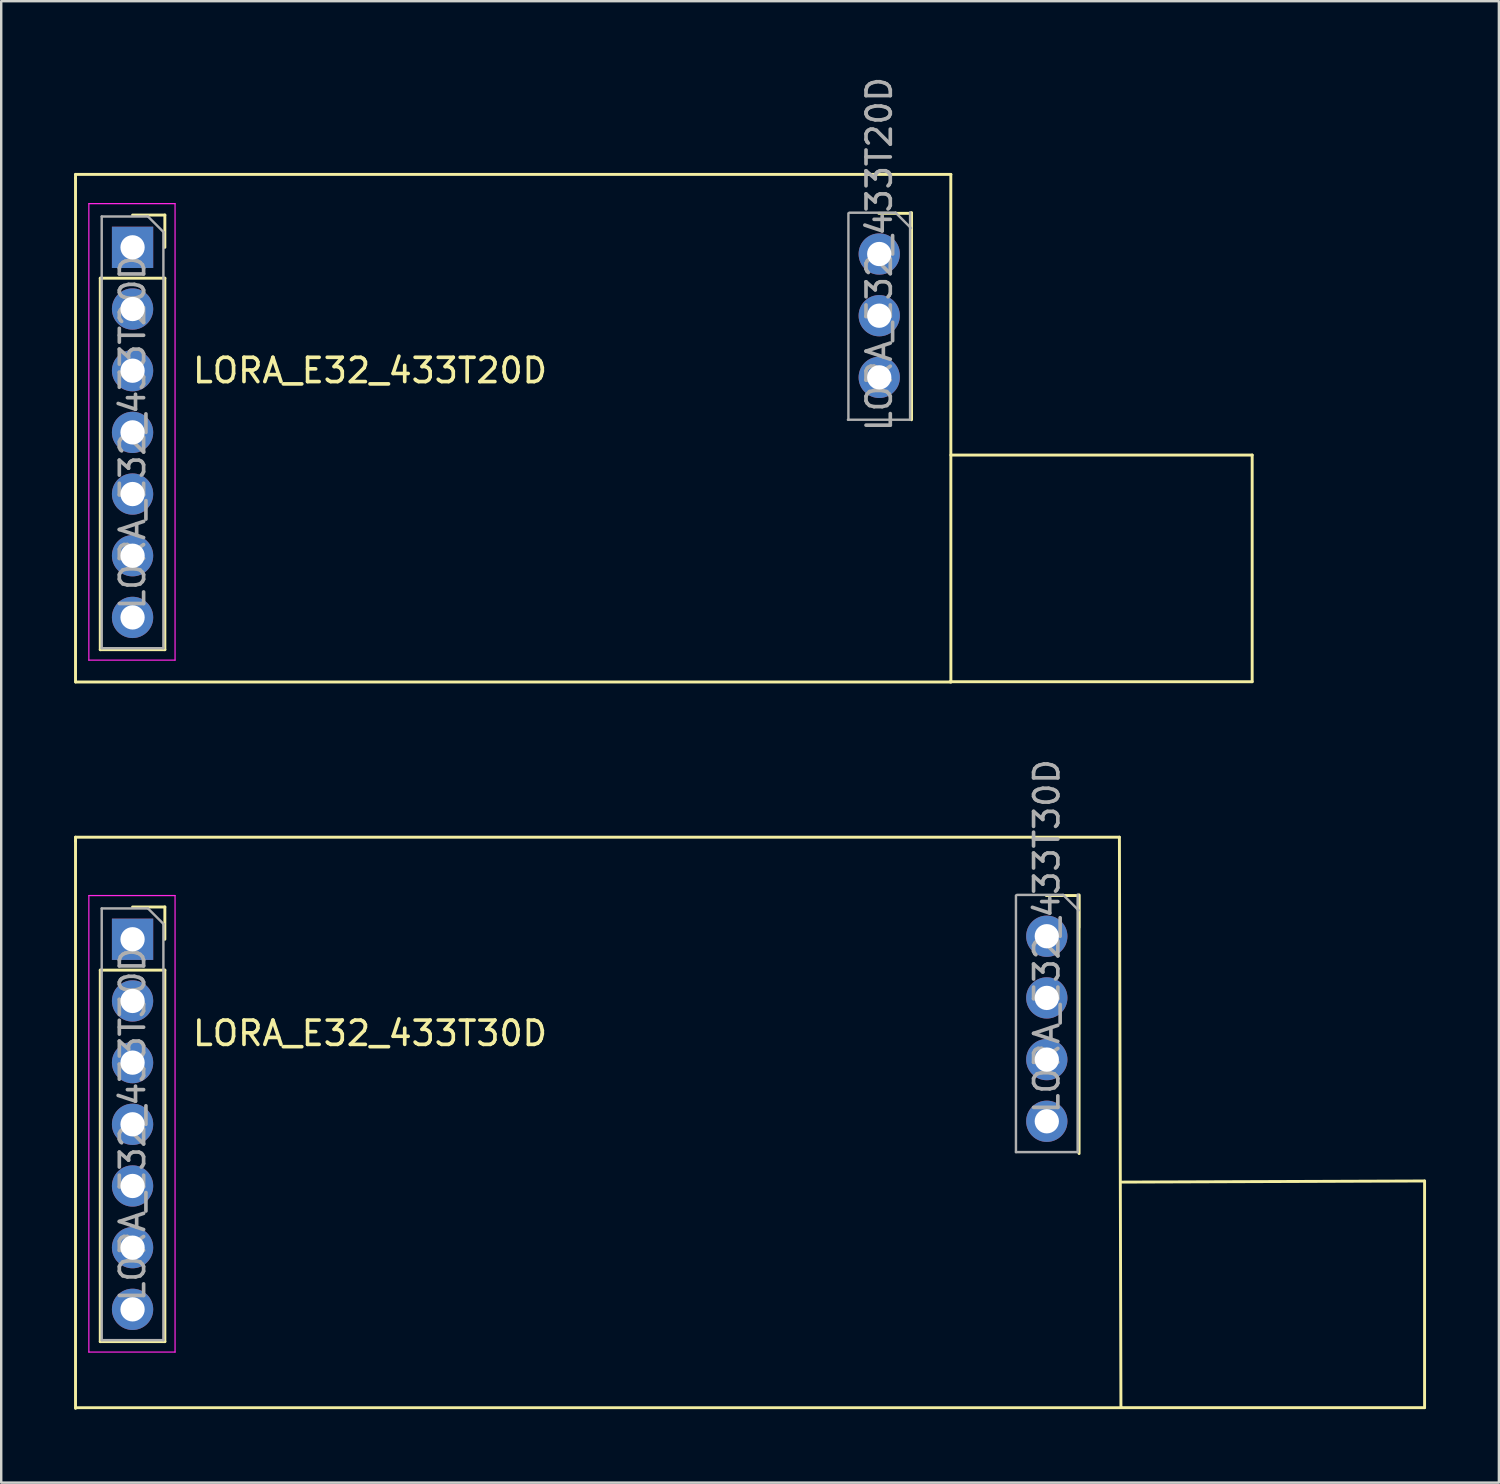
<source format=kicad_pcb>
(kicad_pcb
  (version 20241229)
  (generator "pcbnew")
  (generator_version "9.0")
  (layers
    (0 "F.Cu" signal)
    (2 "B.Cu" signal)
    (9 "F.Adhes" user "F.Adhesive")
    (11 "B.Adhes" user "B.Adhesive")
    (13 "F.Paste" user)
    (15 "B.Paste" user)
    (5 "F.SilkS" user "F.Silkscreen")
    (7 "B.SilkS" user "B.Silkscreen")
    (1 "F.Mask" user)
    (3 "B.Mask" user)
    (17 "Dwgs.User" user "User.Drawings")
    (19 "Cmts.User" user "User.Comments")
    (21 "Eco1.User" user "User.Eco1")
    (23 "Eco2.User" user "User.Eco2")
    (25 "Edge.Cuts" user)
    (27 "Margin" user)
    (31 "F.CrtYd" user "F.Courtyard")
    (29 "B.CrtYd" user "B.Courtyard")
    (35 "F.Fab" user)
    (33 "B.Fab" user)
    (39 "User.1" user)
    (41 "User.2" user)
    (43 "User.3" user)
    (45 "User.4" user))
  (footprint "LORA_E32_433T30D"
    (layer "F.Cu")
    (at 2.409 35.631)
    (property "Reference" "LORA_E32_433T30D" (at 9.779 3.873 0) (layer "F.SilkS") (effects (font (size 1 1) (thickness 0.15))))
    (attr through_hole)
    (fp_line (start -2.349 -4.204) (end -2.349 -4.039) (stroke (width 0.12) (type solid)) (layer "F.SilkS"))
    (fp_line (start -2.349 19.317) (end -2.349 -4.051) (stroke (width 0.12) (type solid)) (layer "F.SilkS"))
    (fp_line (start -2.337 19.291) (end 40.729 19.291) (stroke (width 0.12) (type solid)) (layer "F.SilkS"))
    (fp_line (start -1.33 1.27) (end -1.33 16.57) (stroke (width 0.12) (type solid)) (layer "F.SilkS"))
    (fp_line (start -1.33 1.27) (end 1.33 1.27) (stroke (width 0.12) (type solid)) (layer "F.SilkS"))
    (fp_line (start -1.33 16.57) (end 1.33 16.57) (stroke (width 0.12) (type solid)) (layer "F.SilkS"))
    (fp_line (start 0 -1.33) (end 1.33 -1.33) (stroke (width 0.12) (type solid)) (layer "F.SilkS"))
    (fp_line (start 1.33 -1.33) (end 1.33 0) (stroke (width 0.12) (type solid)) (layer "F.SilkS"))
    (fp_line (start 1.33 1.27) (end 1.33 16.57) (stroke (width 0.12) (type solid)) (layer "F.SilkS"))
    (fp_line (start 37.629 -1.801) (end 38.959 -1.801) (stroke (width 0.12) (type solid)) (layer "F.SilkS"))
    (fp_line (start 38.971 -1.814) (end 38.971 -0.484) (stroke (width 0.12) (type solid)) (layer "F.SilkS"))
    (fp_line (start 38.98 -1.827) (end 38.98 8.825) (stroke (width 0.12) (type solid)) (layer "F.SilkS"))
    (fp_line (start 40.64 -4.204) (end -2.349 -4.204) (stroke (width 0.12) (type solid)) (layer "F.SilkS"))
    (fp_line (start 40.64 -4.204) (end 40.703 19.241) (stroke (width 0.12) (type solid)) (layer "F.SilkS"))
    (fp_line (start 40.762 19.289) (end 53.208 19.289) (stroke (width 0.12) (type solid)) (layer "F.SilkS"))
    (fp_line (start 53.208 9.954) (end 40.75 10) (stroke (width 0.12) (type solid)) (layer "F.SilkS"))
    (fp_line (start 53.208 19.289) (end 53.208 9.954) (stroke (width 0.12) (type solid)) (layer "F.SilkS"))
    (fp_line (start -1.8 -1.8) (end 1.75 -1.8) (stroke (width 0.05) (type solid)) (layer "F.CrtYd"))
    (fp_line (start -1.8 17) (end -1.8 -1.8) (stroke (width 0.05) (type solid)) (layer "F.CrtYd"))
    (fp_line (start 1.75 -1.8) (end 1.75 17) (stroke (width 0.05) (type solid)) (layer "F.CrtYd"))
    (fp_line (start 1.75 17) (end -1.8 17) (stroke (width 0.05) (type solid)) (layer "F.CrtYd"))
    (fp_line (start -1.27 -1.27) (end 0.635 -1.27) (stroke (width 0.1) (type solid)) (layer "F.Fab"))
    (fp_line (start -1.27 16.51) (end -1.27 -1.27) (stroke (width 0.1) (type solid)) (layer "F.Fab"))
    (fp_line (start 0.635 -1.27) (end 1.27 -0.635) (stroke (width 0.1) (type solid)) (layer "F.Fab"))
    (fp_line (start 1.27 -0.635) (end 1.27 16.51) (stroke (width 0.1) (type solid)) (layer "F.Fab"))
    (fp_line (start 1.27 16.51) (end -1.27 16.51) (stroke (width 0.1) (type solid)) (layer "F.Fab"))
    (fp_line (start 36.38 8.765) (end 36.38 -1.801) (stroke (width 0.1) (type solid)) (layer "F.Fab"))
    (fp_line (start 36.419 -1.827) (end 38.324 -1.827) (stroke (width 0.1) (type solid)) (layer "F.Fab"))
    (fp_line (start 38.324 -1.827) (end 38.959 -1.192) (stroke (width 0.1) (type solid)) (layer "F.Fab"))
    (fp_line (start 38.92 -1.839) (end 38.92 8.765) (stroke (width 0.1) (type solid)) (layer "F.Fab"))
    (fp_line (start 38.92 8.765) (end 36.38 8.765) (stroke (width 0.1) (type solid)) (layer "F.Fab"))
    (fp_text user "${REFERENCE}" (at 0 7.62 90) (layer "F.Fab") (effects (font (size 1 1) (thickness 0.15))))
    (fp_text user "${REFERENCE}" (at 37.65 -0.125 90) (layer "F.Fab") (effects (font (size 1 1) (thickness 0.15))))
    (pad "1" thru_hole rect (at 0 0) (size 1.7 1.7) (drill 1) (layers "*.Cu" "*.Mask"))
    (pad "2" thru_hole oval (at 0 2.54) (size 1.7 1.7) (drill 1) (layers "*.Cu" "*.Mask"))
    (pad "3" thru_hole oval (at 0 5.08) (size 1.7 1.7) (drill 1) (layers "*.Cu" "*.Mask"))
    (pad "4" thru_hole oval (at 0 7.62) (size 1.7 1.7) (drill 1) (layers "*.Cu" "*.Mask"))
    (pad "5" thru_hole oval (at 0 10.16) (size 1.7 1.7) (drill 1) (layers "*.Cu" "*.Mask"))
    (pad "6" thru_hole oval (at 0 12.7) (size 1.7 1.7) (drill 1) (layers "*.Cu" "*.Mask"))
    (pad "7" thru_hole oval (at 0 15.24) (size 1.7 1.7) (drill 1) (layers "*.Cu" "*.Mask"))
    (pad "8" thru_hole oval (at 37.65 -0.125) (size 1.7 1.7) (drill 1) (layers "*.Cu" "*.Mask"))
    (pad "9" thru_hole oval (at 37.65 2.415) (size 1.7 1.7) (drill 1) (layers "*.Cu" "*.Mask"))
    (pad "10" thru_hole oval (at 37.65 4.955) (size 1.7 1.7) (drill 1) (layers "*.Cu" "*.Mask"))
    (pad "11" thru_hole oval (at 37.65 7.495) (size 1.7 1.7) (drill 1) (layers "*.Cu" "*.Mask")))
  (footprint "LORA_E32_433T20D"
    (layer "F.Cu")
    (at 2.409 8.336)
    (property "Reference" "LORA_E32_433T20D" (at 9.779 3.873 0) (layer "F.SilkS") (effects (font (size 1 1) (thickness 0.15))))
    (attr through_hole)
    (fp_line (start -2.349 -4.204) (end -2.349 -4.039) (stroke (width 0.12) (type solid)) (layer "F.SilkS"))
    (fp_line (start -2.349 16.7) (end -2.349 -4.051) (stroke (width 0.12) (type solid)) (layer "F.SilkS"))
    (fp_line (start -2.337 16.7) (end 33.7 16.7) (stroke (width 0.12) (type solid)) (layer "F.SilkS"))
    (fp_line (start -1.33 0.07) (end -1.33 15.37) (stroke (width 0.12) (type solid)) (layer "F.SilkS"))
    (fp_line (start -1.33 0.07) (end 1.33 0.07) (stroke (width 0.12) (type solid)) (layer "F.SilkS"))
    (fp_line (start -1.33 15.37) (end 1.33 15.37) (stroke (width 0.12) (type solid)) (layer "F.SilkS"))
    (fp_line (start 0 -2.53) (end 1.33 -2.53) (stroke (width 0.12) (type solid)) (layer "F.SilkS"))
    (fp_line (start 1.33 -2.53) (end 1.33 -1.2) (stroke (width 0.12) (type solid)) (layer "F.SilkS"))
    (fp_line (start 1.33 0.07) (end 1.33 15.37) (stroke (width 0.12) (type solid)) (layer "F.SilkS"))
    (fp_line (start 30.729 -2.601) (end 32.059 -2.601) (stroke (width 0.12) (type solid)) (layer "F.SilkS"))
    (fp_line (start 32.071 -2.614) (end 32.071 -1.284) (stroke (width 0.12) (type solid)) (layer "F.SilkS"))
    (fp_line (start 32.08 -2.627) (end 32.08 5.9) (stroke (width 0.12) (type solid)) (layer "F.SilkS"))
    (fp_line (start 33.662 16.689) (end 46.108 16.689) (stroke (width 0.12) (type solid)) (layer "F.SilkS"))
    (fp_line (start 33.697 -4.2) (end 33.7 16.7) (stroke (width 0.12) (type solid)) (layer "F.SilkS"))
    (fp_line (start 33.7 -4.204) (end -2.349 -4.204) (stroke (width 0.12) (type solid)) (layer "F.SilkS"))
    (fp_line (start 33.7 7.354) (end 46.108 7.354) (stroke (width 0.12) (type solid)) (layer "F.SilkS"))
    (fp_line (start 46.108 16.689) (end 46.108 7.354) (stroke (width 0.12) (type solid)) (layer "F.SilkS"))
    (fp_line (start -1.8 -3) (end 1.75 -3) (stroke (width 0.05) (type solid)) (layer "F.CrtYd"))
    (fp_line (start -1.8 15.8) (end -1.8 -3) (stroke (width 0.05) (type solid)) (layer "F.CrtYd"))
    (fp_line (start 1.75 -3) (end 1.75 15.8) (stroke (width 0.05) (type solid)) (layer "F.CrtYd"))
    (fp_line (start 1.75 15.8) (end -1.8 15.8) (stroke (width 0.05) (type solid)) (layer "F.CrtYd"))
    (fp_line (start -1.27 -2.47) (end 0.635 -2.47) (stroke (width 0.1) (type solid)) (layer "F.Fab"))
    (fp_line (start -1.27 15.31) (end -1.27 -2.47) (stroke (width 0.1) (type solid)) (layer "F.Fab"))
    (fp_line (start 0.635 -2.47) (end 1.27 -1.835) (stroke (width 0.1) (type solid)) (layer "F.Fab"))
    (fp_line (start 1.27 -1.835) (end 1.27 15.31) (stroke (width 0.1) (type solid)) (layer "F.Fab"))
    (fp_line (start 1.27 15.31) (end -1.27 15.31) (stroke (width 0.1) (type solid)) (layer "F.Fab"))
    (fp_line (start 29.48 5.9) (end 29.48 -2.601) (stroke (width 0.1) (type solid)) (layer "F.Fab"))
    (fp_line (start 29.518 -2.627) (end 31.424 -2.627) (stroke (width 0.1) (type solid)) (layer "F.Fab"))
    (fp_line (start 31.424 -2.627) (end 32.059 -1.992) (stroke (width 0.1) (type solid)) (layer "F.Fab"))
    (fp_line (start 32 5.9) (end 29.46 5.9) (stroke (width 0.1) (type solid)) (layer "F.Fab"))
    (fp_line (start 32.02 -2.639) (end 32.02 5.9) (stroke (width 0.1) (type solid)) (layer "F.Fab"))
    (fp_text user "${REFERENCE}" (at 0 6.42 90) (layer "F.Fab") (effects (font (size 1 1) (thickness 0.15))))
    (fp_text user "${REFERENCE}" (at 30.75 -0.925 90) (layer "F.Fab") (effects (font (size 1 1) (thickness 0.15))))
    (pad "1" thru_hole rect (at 0 -1.2) (size 1.7 1.7) (drill 1) (layers "*.Cu" "*.Mask"))
    (pad "2" thru_hole oval (at 0 1.34) (size 1.7 1.7) (drill 1) (layers "*.Cu" "*.Mask"))
    (pad "3" thru_hole oval (at 0 3.88) (size 1.7 1.7) (drill 1) (layers "*.Cu" "*.Mask"))
    (pad "4" thru_hole oval (at 0 6.42) (size 1.7 1.7) (drill 1) (layers "*.Cu" "*.Mask"))
    (pad "5" thru_hole oval (at 0 8.96) (size 1.7 1.7) (drill 1) (layers "*.Cu" "*.Mask"))
    (pad "6" thru_hole oval (at 0 11.5) (size 1.7 1.7) (drill 1) (layers "*.Cu" "*.Mask"))
    (pad "7" thru_hole oval (at 0 14.04) (size 1.7 1.7) (drill 1) (layers "*.Cu" "*.Mask"))
    (pad "8" thru_hole oval (at 30.75 -0.925) (size 1.7 1.7) (drill 1) (layers "*.Cu" "*.Mask"))
    (pad "9" thru_hole oval (at 30.75 1.615) (size 1.7 1.7) (drill 1) (layers "*.Cu" "*.Mask"))
    (pad "10" thru_hole oval (at 30.75 4.155) (size 1.7 1.7) (drill 1) (layers "*.Cu" "*.Mask")))
  (gr_rect
    (start -3 -3)
    (end 58.677 58.008)
    (stroke (width 0.1) (type default))
    (fill no)
    (layer "Edge.Cuts")))
</source>
